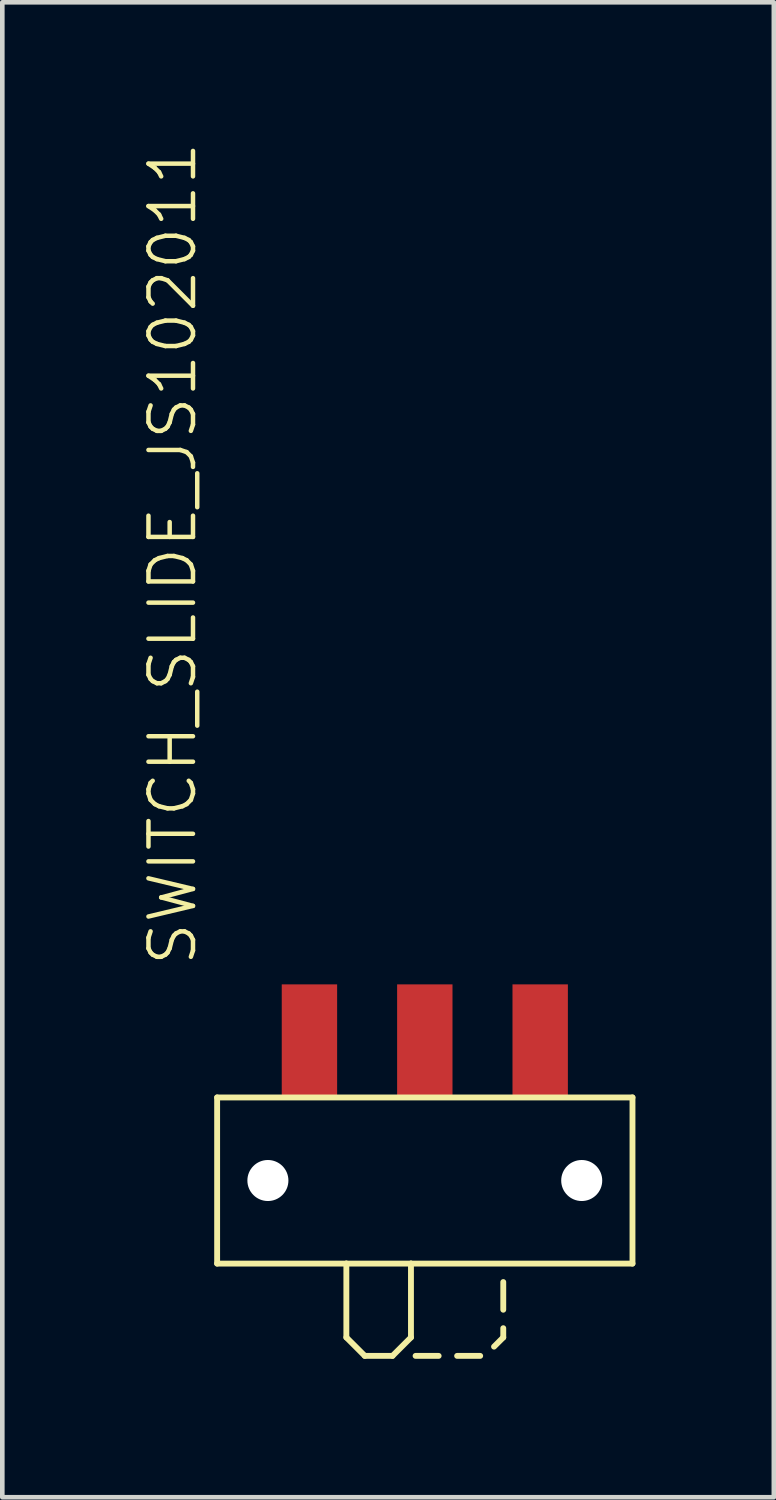
<source format=kicad_pcb>
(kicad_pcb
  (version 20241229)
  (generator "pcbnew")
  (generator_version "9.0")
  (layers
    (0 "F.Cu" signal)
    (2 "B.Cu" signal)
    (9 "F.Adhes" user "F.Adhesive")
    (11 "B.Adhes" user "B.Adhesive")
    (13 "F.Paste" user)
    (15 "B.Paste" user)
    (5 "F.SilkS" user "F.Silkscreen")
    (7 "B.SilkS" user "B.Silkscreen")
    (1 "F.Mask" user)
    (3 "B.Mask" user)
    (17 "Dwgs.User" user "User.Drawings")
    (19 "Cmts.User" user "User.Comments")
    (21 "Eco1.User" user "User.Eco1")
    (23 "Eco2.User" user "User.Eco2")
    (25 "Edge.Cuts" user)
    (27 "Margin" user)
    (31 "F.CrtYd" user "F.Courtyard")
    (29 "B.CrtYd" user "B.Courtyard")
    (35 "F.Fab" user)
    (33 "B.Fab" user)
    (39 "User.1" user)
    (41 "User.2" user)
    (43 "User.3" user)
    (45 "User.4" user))
  (footprint "SWITCH_SLIDE_JS102011"
    (layer "F.Cu")
    (at 6.155 22.53)
    (property "Reference" "SWITCH_SLIDE_JS102011" (at -4.9 -4.6 90) (layer "F.SilkS") (effects (font (size 0.965 0.965) (thickness 0.097)) (justify left bottom)))
    (attr through_hole)
    (fp_line (start -4.5 -1.8) (end -4.5 1.8) (stroke (width 0.127) (type solid)) (layer "F.SilkS"))
    (fp_line (start -4.5 1.8) (end -1.7 1.8) (stroke (width 0.127) (type solid)) (layer "F.SilkS"))
    (fp_line (start -1.7 1.8) (end -1.7 3.4) (stroke (width 0.127) (type solid)) (layer "F.SilkS"))
    (fp_line (start -1.7 1.8) (end -0.3 1.8) (stroke (width 0.127) (type solid)) (layer "F.SilkS"))
    (fp_line (start -1.7 3.4) (end -1.3 3.8) (stroke (width 0.127) (type solid)) (layer "F.SilkS"))
    (fp_line (start -1.3 3.8) (end -0.7 3.8) (stroke (width 0.127) (type solid)) (layer "F.SilkS"))
    (fp_line (start -0.7 3.8) (end -0.3 3.4) (stroke (width 0.127) (type solid)) (layer "F.SilkS"))
    (fp_line (start -0.3 1.8) (end 4.5 1.8) (stroke (width 0.127) (type solid)) (layer "F.SilkS"))
    (fp_line (start -0.3 3.4) (end -0.3 1.8) (stroke (width 0.127) (type solid)) (layer "F.SilkS"))
    (fp_line (start -0.2 3.8) (end 0.3 3.8) (stroke (width 0.127) (type solid)) (layer "F.SilkS"))
    (fp_line (start 0.7 3.8) (end 1.2 3.8) (stroke (width 0.127) (type solid)) (layer "F.SilkS"))
    (fp_line (start 1.7 2.2) (end 1.7 2.8) (stroke (width 0.127) (type solid)) (layer "F.SilkS"))
    (fp_line (start 1.7 3.2) (end 1.7 3.4) (stroke (width 0.127) (type solid)) (layer "F.SilkS"))
    (fp_line (start 1.7 3.4) (end 1.5 3.6) (stroke (width 0.127) (type solid)) (layer "F.SilkS"))
    (fp_line (start 4.5 -1.8) (end -4.5 -1.8) (stroke (width 0.127) (type solid)) (layer "F.SilkS"))
    (fp_line (start 4.5 1.8) (end 4.5 -1.8) (stroke (width 0.127) (type solid)) (layer "F.SilkS"))
    (pad "" np_thru_hole circle (at -3.4 0) (size 0.889 0.889) (drill 0.889) (layers "*.Cu" "*.Mask"))
    (pad "" np_thru_hole circle (at 3.4 0) (size 0.889 0.889) (drill 0.889) (layers "*.Cu" "*.Mask"))
    (pad "P$1" smd rect (at -2.5 -3 90) (size 2.5 1.2) (layers "F.Cu" "F.Mask" "F.Paste"))
    (pad "P$2" smd rect (at 0 -3 90) (size 2.5 1.2) (layers "F.Cu" "F.Mask" "F.Paste"))
    (pad "P$3" smd rect (at 2.5 -3 90) (size 2.5 1.2) (layers "F.Cu" "F.Mask" "F.Paste")))
  (gr_rect
    (start -3 -3)
    (end 13.718 29.393)
    (stroke (width 0.1) (type default))
    (fill no)
    (layer "Edge.Cuts")))
</source>
